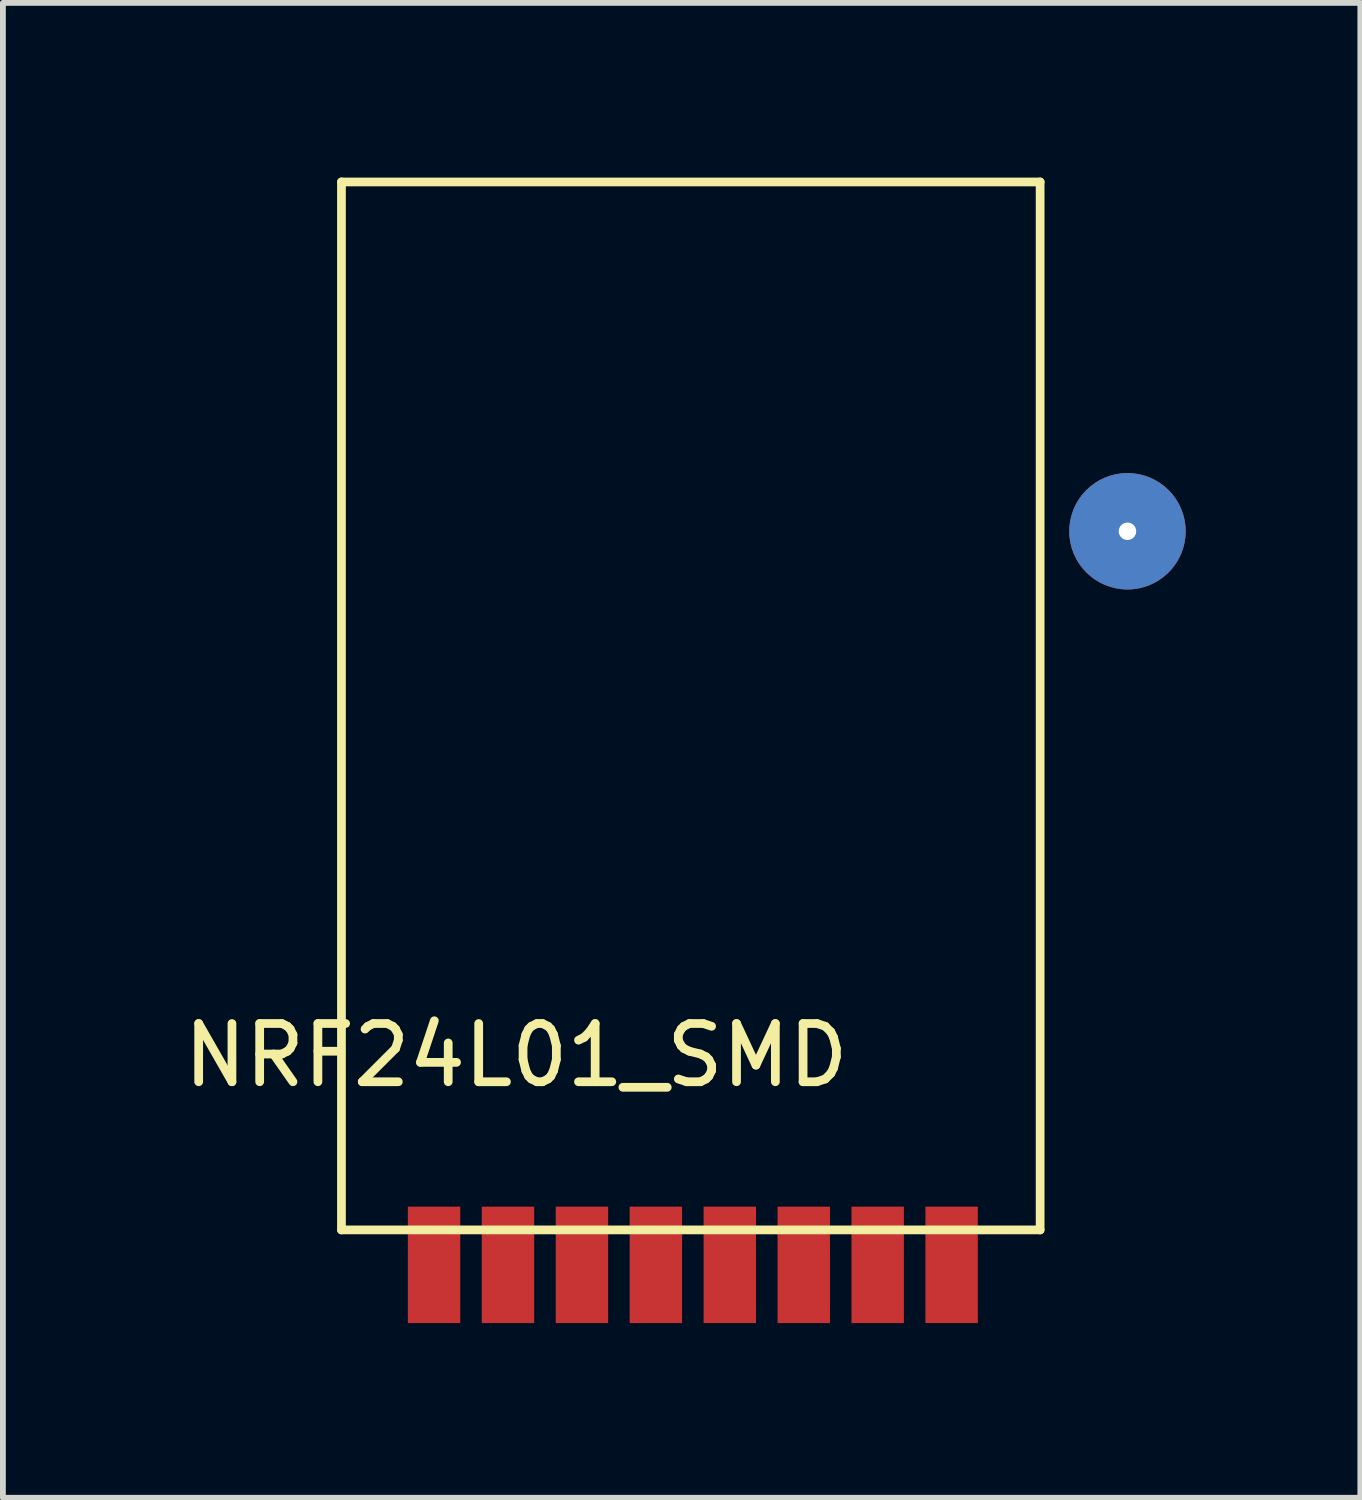
<source format=kicad_pcb>
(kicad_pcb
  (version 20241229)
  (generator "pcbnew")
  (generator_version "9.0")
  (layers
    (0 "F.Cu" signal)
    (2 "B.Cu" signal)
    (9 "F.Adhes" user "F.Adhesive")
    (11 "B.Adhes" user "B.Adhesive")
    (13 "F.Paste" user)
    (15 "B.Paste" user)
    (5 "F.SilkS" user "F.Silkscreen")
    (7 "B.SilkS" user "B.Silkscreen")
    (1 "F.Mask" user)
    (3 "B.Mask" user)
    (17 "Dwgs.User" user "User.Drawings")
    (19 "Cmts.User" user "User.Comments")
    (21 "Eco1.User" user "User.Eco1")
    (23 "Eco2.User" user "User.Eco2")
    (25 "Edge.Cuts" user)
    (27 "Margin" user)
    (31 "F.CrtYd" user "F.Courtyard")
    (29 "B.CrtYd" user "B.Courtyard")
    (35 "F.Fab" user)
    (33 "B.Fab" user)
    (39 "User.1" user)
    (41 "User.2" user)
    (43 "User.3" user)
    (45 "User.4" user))
  (footprint "NRF24L01_SMD"
    (layer "F.Cu")
    (at 8.815 9.075)
    (property "Reference" "NRF24L01_SMD" (at -3 6 0) (layer "F.SilkS") (effects (font (size 1 1) (thickness 0.15))))
    (attr through_hole)
    (fp_line (start -6 -9) (end -6 9) (stroke (width 0.15) (type solid)) (layer "F.SilkS"))
    (fp_line (start -6 9) (end 6 9) (stroke (width 0.15) (type solid)) (layer "F.SilkS"))
    (fp_line (start 6 -9) (end -6 -9) (stroke (width 0.15) (type solid)) (layer "F.SilkS"))
    (fp_line (start 6 9) (end 6 -9) (stroke (width 0.15) (type solid)) (layer "F.SilkS"))
    (pad "" thru_hole circle (at 7.5 -3) (size 2 2) (drill 0.3) (layers "*.Cu" "*.Mask"))
    (pad "1" smd rect (at -3.14 9.6) (size 0.9 2) (layers "F.Cu" "F.Mask" "F.Paste"))
    (pad "2" smd rect (at -4.41 9.6) (size 0.9 2) (layers "F.Cu" "F.Mask" "F.Paste"))
    (pad "3" smd rect (at -1.87 9.6) (size 0.9 2) (layers "F.Cu" "F.Mask" "F.Paste"))
    (pad "4" smd rect (at -0.6 9.6) (size 0.9 2) (layers "F.Cu" "F.Mask" "F.Paste"))
    (pad "5" smd rect (at 0.67 9.6) (size 0.9 2) (layers "F.Cu" "F.Mask" "F.Paste"))
    (pad "6" smd rect (at 1.94 9.6) (size 0.9 2) (layers "F.Cu" "F.Mask" "F.Paste"))
    (pad "7" smd rect (at 3.21 9.6) (size 0.9 2) (layers "F.Cu" "F.Mask" "F.Paste"))
    (pad "8" smd rect (at 4.48 9.6) (size 0.9 2) (layers "F.Cu" "F.Mask" "F.Paste")))
  (gr_rect
    (start -3 -3)
    (end 20.315 22.675)
    (stroke (width 0.1) (type default))
    (fill no)
    (layer "Edge.Cuts")))
</source>
